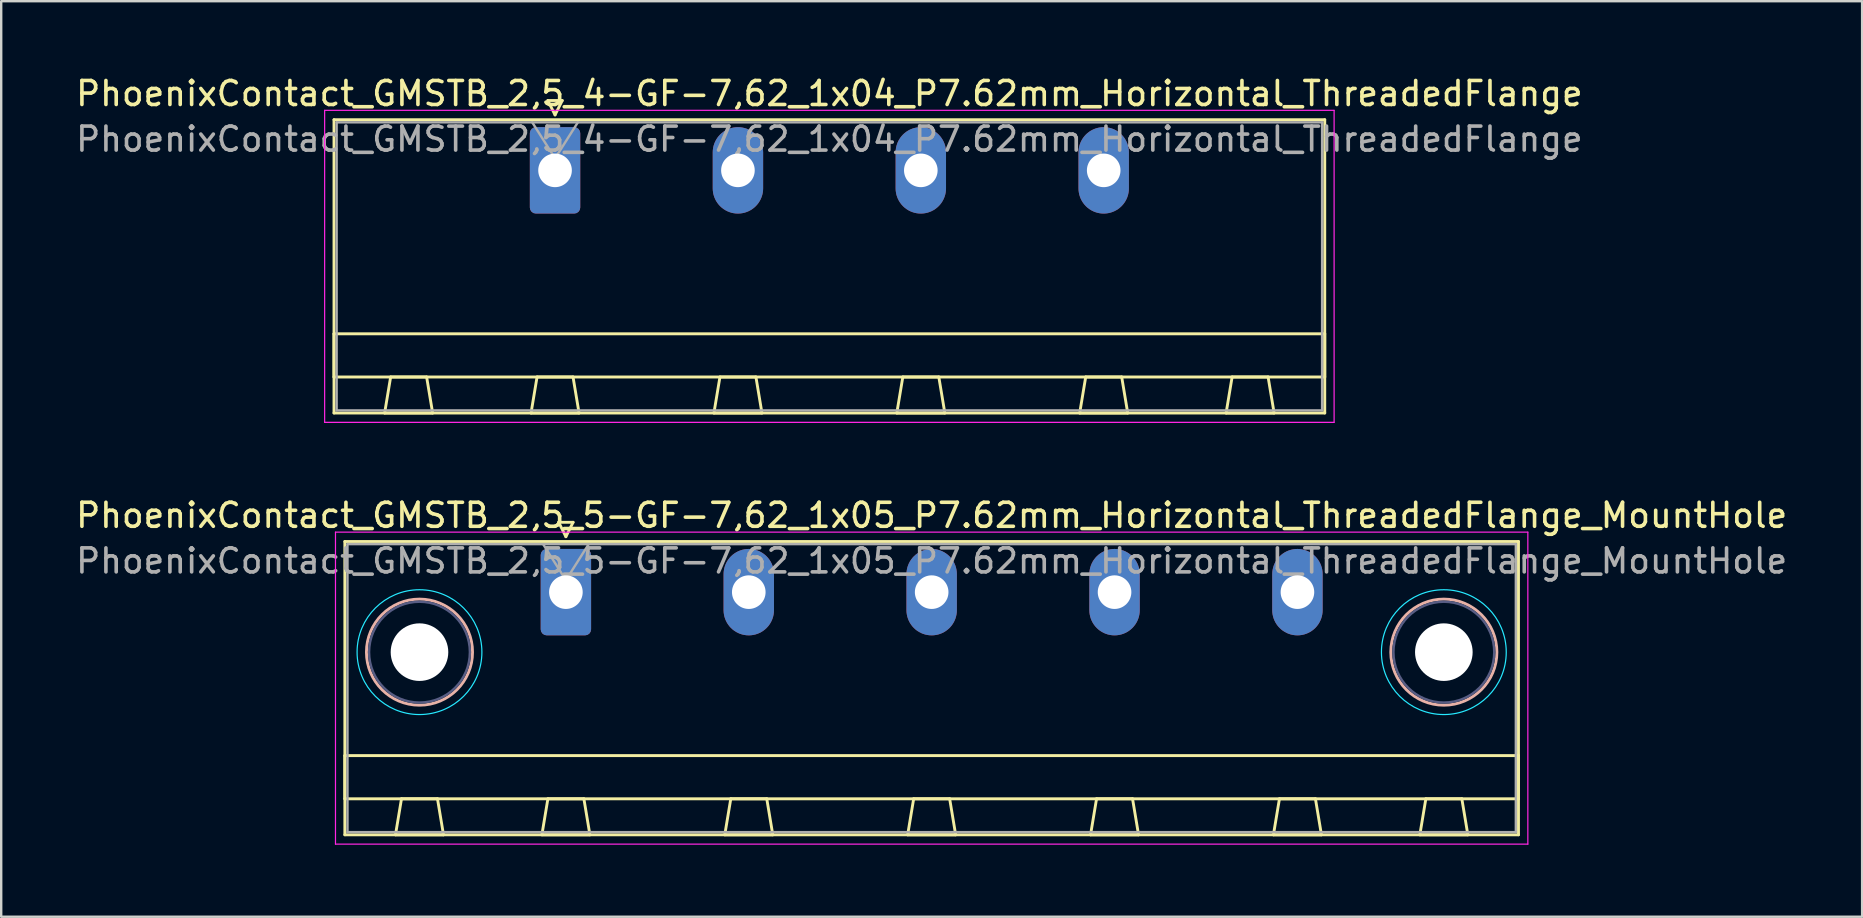
<source format=kicad_pcb>
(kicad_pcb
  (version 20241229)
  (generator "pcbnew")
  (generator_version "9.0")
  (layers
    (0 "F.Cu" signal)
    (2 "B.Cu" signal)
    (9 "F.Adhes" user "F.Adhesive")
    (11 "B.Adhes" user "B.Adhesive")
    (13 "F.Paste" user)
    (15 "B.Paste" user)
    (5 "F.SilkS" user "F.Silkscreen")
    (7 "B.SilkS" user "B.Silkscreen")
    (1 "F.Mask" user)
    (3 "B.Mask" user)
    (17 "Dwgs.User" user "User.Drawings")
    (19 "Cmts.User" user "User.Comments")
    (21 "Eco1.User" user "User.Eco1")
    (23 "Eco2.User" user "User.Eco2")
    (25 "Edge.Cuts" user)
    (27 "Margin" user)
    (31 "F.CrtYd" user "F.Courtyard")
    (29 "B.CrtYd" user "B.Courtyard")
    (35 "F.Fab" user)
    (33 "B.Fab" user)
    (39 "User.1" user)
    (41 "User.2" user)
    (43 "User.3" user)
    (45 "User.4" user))
  (footprint "PhoenixContact_GMSTB_2,5_5-GF-7,62_1x05_P7.62mm_Horizontal_ThreadedFlange_MountHole"
    (layer "F.Cu")
    (at 20.528 21.622)
    (property "Reference" "PhoenixContact_GMSTB_2,5_5-GF-7,62_1x05_P7.62mm_Horizontal_ThreadedFlange_MountHole" (at 15.24 -3.2 0) (layer "F.SilkS") (effects (font (size 1 1) (thickness 0.15))))
    (attr through_hole)
    (fp_line (start -9.21 -2.11) (end -9.21 10.11) (stroke (width 0.12) (type solid)) (layer "F.SilkS"))
    (fp_line (start -9.21 6.81) (end 39.69 6.81) (stroke (width 0.12) (type solid)) (layer "F.SilkS"))
    (fp_line (start -9.21 8.61) (end -9.21 6.81) (stroke (width 0.12) (type solid)) (layer "F.SilkS"))
    (fp_line (start -9.21 10.11) (end 39.69 10.11) (stroke (width 0.12) (type solid)) (layer "F.SilkS"))
    (fp_line (start -7.1 10.11) (end -5.1 10.11) (stroke (width 0.12) (type solid)) (layer "F.SilkS"))
    (fp_line (start -6.85 8.61) (end -7.1 10.11) (stroke (width 0.12) (type solid)) (layer "F.SilkS"))
    (fp_line (start -5.35 8.61) (end -6.85 8.61) (stroke (width 0.12) (type solid)) (layer "F.SilkS"))
    (fp_line (start -5.1 10.11) (end -5.35 8.61) (stroke (width 0.12) (type solid)) (layer "F.SilkS"))
    (fp_line (start -1 10.11) (end 1 10.11) (stroke (width 0.12) (type solid)) (layer "F.SilkS"))
    (fp_line (start -0.75 8.61) (end -1 10.11) (stroke (width 0.12) (type solid)) (layer "F.SilkS"))
    (fp_line (start -0.3 -2.91) (end 0.3 -2.91) (stroke (width 0.12) (type solid)) (layer "F.SilkS"))
    (fp_line (start 0 -2.31) (end -0.3 -2.91) (stroke (width 0.12) (type solid)) (layer "F.SilkS"))
    (fp_line (start 0.3 -2.91) (end 0 -2.31) (stroke (width 0.12) (type solid)) (layer "F.SilkS"))
    (fp_line (start 0.75 8.61) (end -0.75 8.61) (stroke (width 0.12) (type solid)) (layer "F.SilkS"))
    (fp_line (start 1 10.11) (end 0.75 8.61) (stroke (width 0.12) (type solid)) (layer "F.SilkS"))
    (fp_line (start 6.62 10.11) (end 8.62 10.11) (stroke (width 0.12) (type solid)) (layer "F.SilkS"))
    (fp_line (start 6.87 8.61) (end 6.62 10.11) (stroke (width 0.12) (type solid)) (layer "F.SilkS"))
    (fp_line (start 8.37 8.61) (end 6.87 8.61) (stroke (width 0.12) (type solid)) (layer "F.SilkS"))
    (fp_line (start 8.62 10.11) (end 8.37 8.61) (stroke (width 0.12) (type solid)) (layer "F.SilkS"))
    (fp_line (start 14.24 10.11) (end 16.24 10.11) (stroke (width 0.12) (type solid)) (layer "F.SilkS"))
    (fp_line (start 14.49 8.61) (end 14.24 10.11) (stroke (width 0.12) (type solid)) (layer "F.SilkS"))
    (fp_line (start 15.99 8.61) (end 14.49 8.61) (stroke (width 0.12) (type solid)) (layer "F.SilkS"))
    (fp_line (start 16.24 10.11) (end 15.99 8.61) (stroke (width 0.12) (type solid)) (layer "F.SilkS"))
    (fp_line (start 21.86 10.11) (end 23.86 10.11) (stroke (width 0.12) (type solid)) (layer "F.SilkS"))
    (fp_line (start 22.11 8.61) (end 21.86 10.11) (stroke (width 0.12) (type solid)) (layer "F.SilkS"))
    (fp_line (start 23.61 8.61) (end 22.11 8.61) (stroke (width 0.12) (type solid)) (layer "F.SilkS"))
    (fp_line (start 23.86 10.11) (end 23.61 8.61) (stroke (width 0.12) (type solid)) (layer "F.SilkS"))
    (fp_line (start 29.48 10.11) (end 31.48 10.11) (stroke (width 0.12) (type solid)) (layer "F.SilkS"))
    (fp_line (start 29.73 8.61) (end 29.48 10.11) (stroke (width 0.12) (type solid)) (layer "F.SilkS"))
    (fp_line (start 31.23 8.61) (end 29.73 8.61) (stroke (width 0.12) (type solid)) (layer "F.SilkS"))
    (fp_line (start 31.48 10.11) (end 31.23 8.61) (stroke (width 0.12) (type solid)) (layer "F.SilkS"))
    (fp_line (start 35.58 10.11) (end 37.58 10.11) (stroke (width 0.12) (type solid)) (layer "F.SilkS"))
    (fp_line (start 35.83 8.61) (end 35.58 10.11) (stroke (width 0.12) (type solid)) (layer "F.SilkS"))
    (fp_line (start 37.33 8.61) (end 35.83 8.61) (stroke (width 0.12) (type solid)) (layer "F.SilkS"))
    (fp_line (start 37.58 10.11) (end 37.33 8.61) (stroke (width 0.12) (type solid)) (layer "F.SilkS"))
    (fp_line (start 39.69 -2.11) (end -9.21 -2.11) (stroke (width 0.12) (type solid)) (layer "F.SilkS"))
    (fp_line (start 39.69 6.81) (end 39.69 8.61) (stroke (width 0.12) (type solid)) (layer "F.SilkS"))
    (fp_line (start 39.69 8.61) (end -9.21 8.61) (stroke (width 0.12) (type solid)) (layer "F.SilkS"))
    (fp_line (start 39.69 10.11) (end 39.69 -2.11) (stroke (width 0.12) (type solid)) (layer "F.SilkS"))
    (fp_circle (center -6.1 2.5) (end -3.89 2.5) (stroke (width 0.12) (type solid)) (fill no) (layer "B.SilkS"))
    (fp_circle (center 36.58 2.5) (end 38.79 2.5) (stroke (width 0.12) (type solid)) (fill no) (layer "B.SilkS"))
    (fp_circle (center -6.1 2.5) (end -3.5 2.5) (stroke (width 0.05) (type solid)) (fill no) (layer "B.CrtYd"))
    (fp_circle (center 36.58 2.5) (end 39.18 2.5) (stroke (width 0.05) (type solid)) (fill no) (layer "B.CrtYd"))
    (fp_line (start -9.6 -2.5) (end -9.6 10.5) (stroke (width 0.05) (type solid)) (layer "F.CrtYd"))
    (fp_line (start -9.6 10.5) (end 40.08 10.5) (stroke (width 0.05) (type solid)) (layer "F.CrtYd"))
    (fp_line (start 40.08 -2.5) (end -9.6 -2.5) (stroke (width 0.05) (type solid)) (layer "F.CrtYd"))
    (fp_line (start 40.08 10.5) (end 40.08 -2.5) (stroke (width 0.05) (type solid)) (layer "F.CrtYd"))
    (fp_circle (center -6.1 2.5) (end -4 2.5) (stroke (width 0.1) (type solid)) (fill no) (layer "B.Fab"))
    (fp_circle (center 36.58 2.5) (end 38.68 2.5) (stroke (width 0.1) (type solid)) (fill no) (layer "B.Fab"))
    (fp_line (start -9.1 -2) (end -9.1 10) (stroke (width 0.1) (type solid)) (layer "F.Fab"))
    (fp_line (start -9.1 10) (end 39.58 10) (stroke (width 0.1) (type solid)) (layer "F.Fab"))
    (fp_line (start 0 -0.5) (end -0.95 -2) (stroke (width 0.1) (type solid)) (layer "F.Fab"))
    (fp_line (start 0.95 -2) (end 0 -0.5) (stroke (width 0.1) (type solid)) (layer "F.Fab"))
    (fp_line (start 39.58 -2) (end -9.1 -2) (stroke (width 0.1) (type solid)) (layer "F.Fab"))
    (fp_line (start 39.58 10) (end 39.58 -2) (stroke (width 0.1) (type solid)) (layer "F.Fab"))
    (fp_text user "${REFERENCE}" (at 15.24 -1.3 0) (layer "F.Fab") (effects (font (size 1 1) (thickness 0.15))))
    (pad "" np_thru_hole circle (at -6.1 2.5) (size 2.4 2.4) (drill 2.4) (layers "*.Cu" "*.Mask"))
    (pad "" np_thru_hole circle (at 36.58 2.5) (size 2.4 2.4) (drill 2.4) (layers "*.Cu" "*.Mask"))
    (pad "1" thru_hole roundrect (at 0 0) (size 2.1 3.6) (drill 1.4) (layers "*.Cu" "*.Mask") (roundrect_rratio 0.119))
    (pad "2" thru_hole oval (at 7.62 0) (size 2.1 3.6) (drill 1.4) (layers "*.Cu" "*.Mask"))
    (pad "3" thru_hole oval (at 15.24 0) (size 2.1 3.6) (drill 1.4) (layers "*.Cu" "*.Mask"))
    (pad "4" thru_hole oval (at 22.86 0) (size 2.1 3.6) (drill 1.4) (layers "*.Cu" "*.Mask"))
    (pad "5" thru_hole oval (at 30.48 0) (size 2.1 3.6) (drill 1.4) (layers "*.Cu" "*.Mask")))
  (footprint "PhoenixContact_GMSTB_2,5_4-GF-7,62_1x04_P7.62mm_Horizontal_ThreadedFlange"
    (layer "F.Cu")
    (at 20.076 4.048)
    (property "Reference" "PhoenixContact_GMSTB_2,5_4-GF-7,62_1x04_P7.62mm_Horizontal_ThreadedFlange" (at 11.43 -3.2 0) (layer "F.SilkS") (effects (font (size 1 1) (thickness 0.15))))
    (attr through_hole)
    (fp_line (start -9.21 -2.11) (end -9.21 10.11) (stroke (width 0.12) (type solid)) (layer "F.SilkS"))
    (fp_line (start -9.21 6.81) (end 32.07 6.81) (stroke (width 0.12) (type solid)) (layer "F.SilkS"))
    (fp_line (start -9.21 8.61) (end -9.21 6.81) (stroke (width 0.12) (type solid)) (layer "F.SilkS"))
    (fp_line (start -9.21 10.11) (end 32.07 10.11) (stroke (width 0.12) (type solid)) (layer "F.SilkS"))
    (fp_line (start -7.1 10.11) (end -5.1 10.11) (stroke (width 0.12) (type solid)) (layer "F.SilkS"))
    (fp_line (start -6.85 8.61) (end -7.1 10.11) (stroke (width 0.12) (type solid)) (layer "F.SilkS"))
    (fp_line (start -5.35 8.61) (end -6.85 8.61) (stroke (width 0.12) (type solid)) (layer "F.SilkS"))
    (fp_line (start -5.1 10.11) (end -5.35 8.61) (stroke (width 0.12) (type solid)) (layer "F.SilkS"))
    (fp_line (start -1 10.11) (end 1 10.11) (stroke (width 0.12) (type solid)) (layer "F.SilkS"))
    (fp_line (start -0.75 8.61) (end -1 10.11) (stroke (width 0.12) (type solid)) (layer "F.SilkS"))
    (fp_line (start -0.3 -2.91) (end 0.3 -2.91) (stroke (width 0.12) (type solid)) (layer "F.SilkS"))
    (fp_line (start 0 -2.31) (end -0.3 -2.91) (stroke (width 0.12) (type solid)) (layer "F.SilkS"))
    (fp_line (start 0.3 -2.91) (end 0 -2.31) (stroke (width 0.12) (type solid)) (layer "F.SilkS"))
    (fp_line (start 0.75 8.61) (end -0.75 8.61) (stroke (width 0.12) (type solid)) (layer "F.SilkS"))
    (fp_line (start 1 10.11) (end 0.75 8.61) (stroke (width 0.12) (type solid)) (layer "F.SilkS"))
    (fp_line (start 6.62 10.11) (end 8.62 10.11) (stroke (width 0.12) (type solid)) (layer "F.SilkS"))
    (fp_line (start 6.87 8.61) (end 6.62 10.11) (stroke (width 0.12) (type solid)) (layer "F.SilkS"))
    (fp_line (start 8.37 8.61) (end 6.87 8.61) (stroke (width 0.12) (type solid)) (layer "F.SilkS"))
    (fp_line (start 8.62 10.11) (end 8.37 8.61) (stroke (width 0.12) (type solid)) (layer "F.SilkS"))
    (fp_line (start 14.24 10.11) (end 16.24 10.11) (stroke (width 0.12) (type solid)) (layer "F.SilkS"))
    (fp_line (start 14.49 8.61) (end 14.24 10.11) (stroke (width 0.12) (type solid)) (layer "F.SilkS"))
    (fp_line (start 15.99 8.61) (end 14.49 8.61) (stroke (width 0.12) (type solid)) (layer "F.SilkS"))
    (fp_line (start 16.24 10.11) (end 15.99 8.61) (stroke (width 0.12) (type solid)) (layer "F.SilkS"))
    (fp_line (start 21.86 10.11) (end 23.86 10.11) (stroke (width 0.12) (type solid)) (layer "F.SilkS"))
    (fp_line (start 22.11 8.61) (end 21.86 10.11) (stroke (width 0.12) (type solid)) (layer "F.SilkS"))
    (fp_line (start 23.61 8.61) (end 22.11 8.61) (stroke (width 0.12) (type solid)) (layer "F.SilkS"))
    (fp_line (start 23.86 10.11) (end 23.61 8.61) (stroke (width 0.12) (type solid)) (layer "F.SilkS"))
    (fp_line (start 27.96 10.11) (end 29.96 10.11) (stroke (width 0.12) (type solid)) (layer "F.SilkS"))
    (fp_line (start 28.21 8.61) (end 27.96 10.11) (stroke (width 0.12) (type solid)) (layer "F.SilkS"))
    (fp_line (start 29.71 8.61) (end 28.21 8.61) (stroke (width 0.12) (type solid)) (layer "F.SilkS"))
    (fp_line (start 29.96 10.11) (end 29.71 8.61) (stroke (width 0.12) (type solid)) (layer "F.SilkS"))
    (fp_line (start 32.07 -2.11) (end -9.21 -2.11) (stroke (width 0.12) (type solid)) (layer "F.SilkS"))
    (fp_line (start 32.07 6.81) (end 32.07 8.61) (stroke (width 0.12) (type solid)) (layer "F.SilkS"))
    (fp_line (start 32.07 8.61) (end -9.21 8.61) (stroke (width 0.12) (type solid)) (layer "F.SilkS"))
    (fp_line (start 32.07 10.11) (end 32.07 -2.11) (stroke (width 0.12) (type solid)) (layer "F.SilkS"))
    (fp_line (start -9.6 -2.5) (end -9.6 10.5) (stroke (width 0.05) (type solid)) (layer "F.CrtYd"))
    (fp_line (start -9.6 10.5) (end 32.46 10.5) (stroke (width 0.05) (type solid)) (layer "F.CrtYd"))
    (fp_line (start 32.46 -2.5) (end -9.6 -2.5) (stroke (width 0.05) (type solid)) (layer "F.CrtYd"))
    (fp_line (start 32.46 10.5) (end 32.46 -2.5) (stroke (width 0.05) (type solid)) (layer "F.CrtYd"))
    (fp_line (start -9.1 -2) (end -9.1 10) (stroke (width 0.1) (type solid)) (layer "F.Fab"))
    (fp_line (start -9.1 10) (end 31.96 10) (stroke (width 0.1) (type solid)) (layer "F.Fab"))
    (fp_line (start 0 -0.5) (end -0.95 -2) (stroke (width 0.1) (type solid)) (layer "F.Fab"))
    (fp_line (start 0.95 -2) (end 0 -0.5) (stroke (width 0.1) (type solid)) (layer "F.Fab"))
    (fp_line (start 31.96 -2) (end -9.1 -2) (stroke (width 0.1) (type solid)) (layer "F.Fab"))
    (fp_line (start 31.96 10) (end 31.96 -2) (stroke (width 0.1) (type solid)) (layer "F.Fab"))
    (fp_text user "${REFERENCE}" (at 11.43 -1.3 0) (layer "F.Fab") (effects (font (size 1 1) (thickness 0.15))))
    (pad "1" thru_hole roundrect (at 0 0) (size 2.1 3.6) (drill 1.4) (layers "*.Cu" "*.Mask") (roundrect_rratio 0.119))
    (pad "2" thru_hole oval (at 7.62 0) (size 2.1 3.6) (drill 1.4) (layers "*.Cu" "*.Mask"))
    (pad "3" thru_hole oval (at 15.24 0) (size 2.1 3.6) (drill 1.4) (layers "*.Cu" "*.Mask"))
    (pad "4" thru_hole oval (at 22.86 0) (size 2.1 3.6) (drill 1.4) (layers "*.Cu" "*.Mask")))
  (gr_rect
    (start -3 -3)
    (end 74.536 35.147)
    (stroke (width 0.1) (type default))
    (fill no)
    (layer "Edge.Cuts")))
</source>
